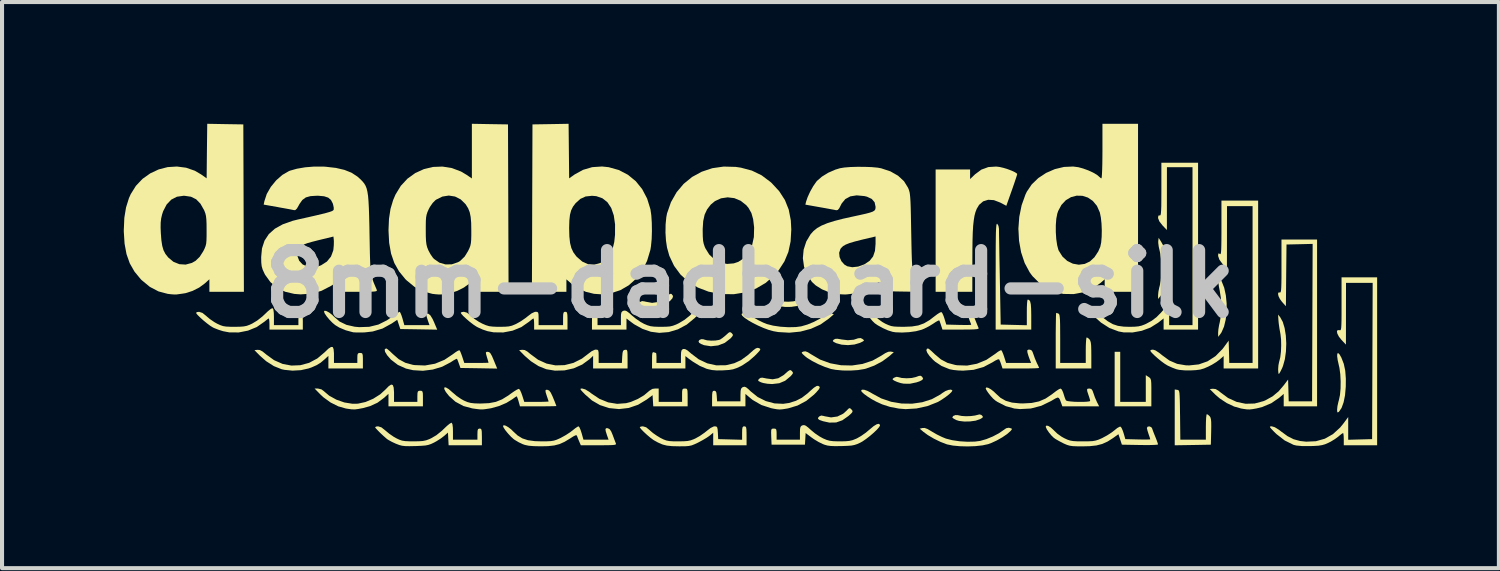
<source format=kicad_pcb>
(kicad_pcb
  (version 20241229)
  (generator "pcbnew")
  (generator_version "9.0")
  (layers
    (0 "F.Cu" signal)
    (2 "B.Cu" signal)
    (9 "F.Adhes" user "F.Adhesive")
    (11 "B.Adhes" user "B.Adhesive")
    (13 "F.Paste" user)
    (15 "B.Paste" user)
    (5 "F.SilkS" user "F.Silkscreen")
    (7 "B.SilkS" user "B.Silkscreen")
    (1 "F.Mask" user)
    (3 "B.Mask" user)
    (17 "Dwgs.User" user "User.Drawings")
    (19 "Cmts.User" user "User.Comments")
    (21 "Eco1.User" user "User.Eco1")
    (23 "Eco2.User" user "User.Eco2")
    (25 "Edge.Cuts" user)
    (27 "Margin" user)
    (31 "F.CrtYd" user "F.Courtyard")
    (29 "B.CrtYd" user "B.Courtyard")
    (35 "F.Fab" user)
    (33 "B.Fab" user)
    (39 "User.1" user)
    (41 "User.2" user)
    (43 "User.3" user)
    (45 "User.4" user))
  (footprint "8mm-dadboard-silk"
    (layer "F.Cu")
    (at 15.426 3.947)
    (property "Reference" "8mm-dadboard-silk" (at 0 0 0) (layer "Dwgs.User") (effects (font (size 1.524 1.524) (thickness 0.3))))
    (attr board_only exclude_from_pos_files exclude_from_bom)
    (fp_poly (pts (xy 9.124 2.904) (xy 9.754 2.904) (xy 9.754 2.246) (xy 9.823 2.29) (xy 9.852 2.311) (xy 9.871 2.336) (xy 9.883 2.376) (xy 9.889 2.44) (xy 9.891 2.539) (xy 9.891 2.675) (xy 9.891 3.014) (xy 8.987 3.014) (xy 8.987 1.671) (xy 9.124 1.671)) (stroke (width 0) (type solid)) (fill yes) (layer "F.SilkS"))
    (fp_poly (pts (xy -1.927 0.25) (xy -1.894 0.296) (xy -1.907 0.349) (xy -1.966 0.416) (xy -2.113 0.52) (xy -2.28 0.579) (xy -2.453 0.592) (xy -2.592 0.565) (xy -2.69 0.531) (xy -2.74 0.505) (xy -2.749 0.481) (xy -2.723 0.453) (xy -2.714 0.447) (xy -2.657 0.421) (xy -2.59 0.43) (xy -2.57 0.436) (xy -2.409 0.465) (xy -2.254 0.442) (xy -2.113 0.368) (xy -2.044 0.305) (xy -1.986 0.253) (xy -1.947 0.24)) (stroke (width 0) (type solid)) (fill yes) (layer "F.SilkS"))
    (fp_poly (pts (xy 2.773 1.354) (xy 2.806 1.38) (xy 2.807 1.4) (xy 2.769 1.423) (xy 2.711 1.451) (xy 2.576 1.491) (xy 2.418 1.506) (xy 2.262 1.495) (xy 2.129 1.459) (xy 2.127 1.458) (xy 2.063 1.426) (xy 2.042 1.404) (xy 2.057 1.38) (xy 2.066 1.372) (xy 2.103 1.352) (xy 2.156 1.349) (xy 2.24 1.363) (xy 2.26 1.367) (xy 2.413 1.385) (xy 2.559 1.373) (xy 2.665 1.338) (xy 2.729 1.332)) (stroke (width 0) (type solid)) (fill yes) (layer "F.SilkS"))
    (fp_poly (pts (xy 11.624 -0.064) (xy 11.686 0.093) (xy 11.726 0.277) (xy 11.746 0.478) (xy 11.745 0.682) (xy 11.723 0.877) (xy 11.681 1.051) (xy 11.62 1.191) (xy 11.591 1.233) (xy 11.537 1.302) (xy 11.536 1.2) (xy 11.543 1.115) (xy 11.561 1.008) (xy 11.577 0.941) (xy 11.607 0.763) (xy 11.616 0.557) (xy 11.604 0.345) (xy 11.575 0.164) (xy 11.554 0.054) (xy 11.542 -0.047) (xy 11.541 -0.115) (xy 11.55 -0.206)) (stroke (width 0) (type solid)) (fill yes) (layer "F.SilkS"))
    (fp_poly (pts (xy 1.28 0.396) (xy 1.305 0.417) (xy 1.329 0.448) (xy 1.319 0.472) (xy 1.267 0.504) (xy 1.257 0.509) (xy 1.152 0.544) (xy 1.016 0.564) (xy 0.874 0.566) (xy 0.748 0.55) (xy 0.704 0.537) (xy 0.619 0.502) (xy 0.581 0.475) (xy 0.585 0.448) (xy 0.613 0.424) (xy 0.679 0.401) (xy 0.731 0.413) (xy 0.824 0.432) (xy 0.944 0.437) (xy 1.068 0.428) (xy 1.169 0.406) (xy 1.17 0.405) (xy 1.237 0.387)) (stroke (width 0) (type solid)) (fill yes) (layer "F.SilkS"))
    (fp_poly (pts (xy 4.241 2.284) (xy 4.242 2.285) (xy 4.267 2.327) (xy 4.248 2.363) (xy 4.181 2.398) (xy 4.104 2.424) (xy 3.941 2.458) (xy 3.792 2.456) (xy 3.713 2.441) (xy 3.628 2.413) (xy 3.564 2.385) (xy 3.519 2.357) (xy 3.519 2.336) (xy 3.549 2.311) (xy 3.607 2.288) (xy 3.643 2.291) (xy 3.739 2.315) (xy 3.861 2.323) (xy 3.986 2.316) (xy 4.088 2.293) (xy 4.095 2.29) (xy 4.167 2.264) (xy 4.209 2.262)) (stroke (width 0) (type solid)) (fill yes) (layer "F.SilkS"))
    (fp_poly (pts (xy 2.487 3.075) (xy 2.503 3.092) (xy 2.527 3.123) (xy 2.527 3.151) (xy 2.498 3.189) (xy 2.433 3.248) (xy 2.428 3.252) (xy 2.278 3.358) (xy 2.125 3.412) (xy 1.958 3.415) (xy 1.802 3.381) (xy 1.715 3.35) (xy 1.677 3.321) (xy 1.685 3.288) (xy 1.712 3.261) (xy 1.758 3.241) (xy 1.826 3.253) (xy 1.839 3.258) (xy 2 3.287) (xy 2.157 3.265) (xy 2.299 3.195) (xy 2.379 3.124) (xy 2.429 3.072) (xy 2.46 3.058)) (stroke (width 0) (type solid)) (fill yes) (layer "F.SilkS"))
    (fp_poly (pts (xy 5.7 3.225) (xy 5.719 3.241) (xy 5.741 3.271) (xy 5.728 3.296) (xy 5.673 3.329) (xy 5.668 3.331) (xy 5.562 3.367) (xy 5.426 3.386) (xy 5.283 3.389) (xy 5.154 3.374) (xy 5.09 3.354) (xy 5.025 3.321) (xy 4.989 3.292) (xy 4.987 3.286) (xy 5.01 3.251) (xy 5.064 3.23) (xy 5.125 3.231) (xy 5.138 3.235) (xy 5.215 3.251) (xy 5.324 3.258) (xy 5.441 3.254) (xy 5.545 3.241) (xy 5.588 3.23) (xy 5.656 3.213)) (stroke (width 0) (type solid)) (fill yes) (layer "F.SilkS"))
    (fp_poly (pts (xy 10.132 -1.041) (xy 10.185 -0.946) (xy 10.222 -0.843) (xy 10.245 -0.722) (xy 10.258 -0.57) (xy 10.261 -0.384) (xy 10.255 -0.168) (xy 10.235 0.003) (xy 10.2 0.14) (xy 10.146 0.251) (xy 10.111 0.301) (xy 10.057 0.37) (xy 10.057 0.274) (xy 10.065 0.189) (xy 10.086 0.086) (xy 10.098 0.041) (xy 10.123 -0.083) (xy 10.137 -0.242) (xy 10.14 -0.417) (xy 10.132 -0.591) (xy 10.112 -0.744) (xy 10.096 -0.818) (xy 10.073 -0.919) (xy 10.061 -1.011) (xy 10.061 -1.057) (xy 10.071 -1.137)) (stroke (width 0) (type solid)) (fill yes) (layer "F.SilkS"))
    (fp_poly (pts (xy -0.462 1.199) (xy -0.446 1.213) (xy -0.42 1.246) (xy -0.423 1.276) (xy -0.46 1.322) (xy -0.479 1.342) (xy -0.618 1.45) (xy -0.783 1.514) (xy -0.961 1.534) (xy -1.132 1.507) (xy -1.203 1.478) (xy -1.249 1.45) (xy -1.266 1.414) (xy -1.245 1.38) (xy -1.198 1.359) (xy -1.143 1.362) (xy -1.126 1.369) (xy -1.055 1.388) (xy -0.955 1.396) (xy -0.849 1.393) (xy -0.76 1.378) (xy -0.731 1.367) (xy -0.674 1.329) (xy -0.603 1.271) (xy -0.582 1.252) (xy -0.525 1.201) (xy -0.491 1.185)) (stroke (width 0) (type solid)) (fill yes) (layer "F.SilkS"))
    (fp_poly (pts (xy 1.008 2.124) (xy 1.034 2.146) (xy 1.059 2.178) (xy 1.056 2.209) (xy 1.019 2.255) (xy 0.999 2.276) (xy 0.869 2.384) (xy 0.724 2.445) (xy 0.551 2.465) (xy 0.542 2.465) (xy 0.433 2.458) (xy 0.33 2.44) (xy 0.276 2.423) (xy 0.217 2.394) (xy 0.201 2.371) (xy 0.222 2.342) (xy 0.226 2.338) (xy 0.261 2.313) (xy 0.306 2.308) (xy 0.381 2.322) (xy 0.4 2.327) (xy 0.56 2.348) (xy 0.699 2.322) (xy 0.827 2.247) (xy 0.868 2.212) (xy 0.937 2.151) (xy 0.979 2.124)) (stroke (width 0) (type solid)) (fill yes) (layer "F.SilkS"))
    (fp_poly (pts (xy 10.529 2.608) (xy 10.549 2.612) (xy 10.564 2.622) (xy 10.575 2.645) (xy 10.583 2.688) (xy 10.588 2.757) (xy 10.592 2.859) (xy 10.595 3.002) (xy 10.597 3.191) (xy 10.598 3.226) (xy 10.605 3.836) (xy 11.234 3.836) (xy 11.234 3.521) (xy 11.236 3.397) (xy 11.241 3.296) (xy 11.249 3.229) (xy 11.257 3.206) (xy 11.291 3.224) (xy 11.327 3.257) (xy 11.347 3.287) (xy 11.359 3.332) (xy 11.366 3.402) (xy 11.367 3.507) (xy 11.365 3.634) (xy 11.357 3.959) (xy 10.912 3.967) (xy 10.467 3.974) (xy 10.467 2.599)) (stroke (width 0) (type solid)) (fill yes) (layer "F.SilkS"))
    (fp_poly (pts (xy 13.066 0.82) (xy 13.129 0.934) (xy 13.175 1.088) (xy 13.204 1.269) (xy 13.215 1.465) (xy 13.207 1.664) (xy 13.181 1.852) (xy 13.135 2.018) (xy 13.114 2.071) (xy 13.075 2.15) (xy 13.044 2.204) (xy 13.03 2.219) (xy 13.021 2.195) (xy 13.016 2.133) (xy 13.015 2.098) (xy 13.022 2.002) (xy 13.039 1.917) (xy 13.044 1.9) (xy 13.068 1.802) (xy 13.084 1.668) (xy 13.09 1.518) (xy 13.087 1.369) (xy 13.073 1.241) (xy 13.069 1.219) (xy 13.047 1.097) (xy 13.029 0.968) (xy 13.023 0.904) (xy 13.013 0.754)) (stroke (width 0) (type solid)) (fill yes) (layer "F.SilkS"))
    (fp_poly (pts (xy 14.523 1.728) (xy 14.568 1.805) (xy 14.573 1.815) (xy 14.632 1.967) (xy 14.668 2.135) (xy 14.683 2.334) (xy 14.681 2.532) (xy 14.663 2.742) (xy 14.627 2.918) (xy 14.577 3.055) (xy 14.514 3.146) (xy 14.505 3.154) (xy 14.48 3.166) (xy 14.469 3.138) (xy 14.468 3.093) (xy 14.476 3.011) (xy 14.498 2.909) (xy 14.511 2.863) (xy 14.538 2.738) (xy 14.553 2.577) (xy 14.555 2.399) (xy 14.546 2.223) (xy 14.525 2.067) (xy 14.512 2.01) (xy 14.482 1.877) (xy 14.469 1.779) (xy 14.472 1.719) (xy 14.491 1.701)) (stroke (width 0) (type solid)) (fill yes) (layer "F.SilkS"))
    (fp_poly (pts (xy 7.579 0.721) (xy 7.601 0.729) (xy 7.616 0.74) (xy 7.627 0.767) (xy 7.634 0.815) (xy 7.64 0.891) (xy 7.643 1.002) (xy 7.644 1.155) (xy 7.645 1.346) (xy 7.645 1.945) (xy 8.275 1.945) (xy 8.275 1.63) (xy 8.277 1.506) (xy 8.282 1.405) (xy 8.289 1.338) (xy 8.298 1.315) (xy 8.332 1.333) (xy 8.367 1.365) (xy 8.386 1.397) (xy 8.4 1.447) (xy 8.408 1.525) (xy 8.411 1.641) (xy 8.412 1.749) (xy 8.412 2.082) (xy 7.535 2.082) (xy 7.535 1.397) (xy 7.535 1.21) (xy 7.537 1.042) (xy 7.539 0.902) (xy 7.541 0.795) (xy 7.544 0.73) (xy 7.547 0.712)) (stroke (width 0) (type solid)) (fill yes) (layer "F.SilkS"))
    (fp_poly (pts (xy 1.427 1.681) (xy 1.498 1.726) (xy 1.729 1.862) (xy 1.982 1.954) (xy 2.247 2.002) (xy 2.514 2.008) (xy 2.776 1.969) (xy 3.023 1.887) (xy 3.235 1.768) (xy 3.337 1.703) (xy 3.41 1.67) (xy 3.467 1.665) (xy 3.474 1.666) (xy 3.546 1.68) (xy 3.433 1.78) (xy 3.263 1.905) (xy 3.063 2.011) (xy 2.857 2.086) (xy 2.82 2.095) (xy 2.662 2.121) (xy 2.478 2.133) (xy 2.288 2.131) (xy 2.114 2.115) (xy 2 2.094) (xy 1.849 2.044) (xy 1.688 1.976) (xy 1.536 1.898) (xy 1.41 1.82) (xy 1.359 1.78) (xy 1.299 1.725) (xy 1.276 1.695) (xy 1.287 1.678) (xy 1.318 1.665) (xy 1.368 1.659)) (stroke (width 0) (type solid)) (fill yes) (layer "F.SilkS"))
    (fp_poly (pts (xy -0.084 0.729) (xy 0.027 0.786) (xy 0.082 0.82) (xy 0.198 0.887) (xy 0.327 0.95) (xy 0.419 0.987) (xy 0.572 1.026) (xy 0.756 1.053) (xy 0.95 1.065) (xy 1.133 1.061) (xy 1.262 1.044) (xy 1.415 1) (xy 1.576 0.934) (xy 1.724 0.856) (xy 1.829 0.782) (xy 1.9 0.733) (xy 1.959 0.72) (xy 1.994 0.726) (xy 2.069 0.745) (xy 1.945 0.853) (xy 1.741 0.997) (xy 1.504 1.104) (xy 1.245 1.173) (xy 0.972 1.2) (xy 0.697 1.184) (xy 0.579 1.163) (xy 0.463 1.131) (xy 0.334 1.083) (xy 0.202 1.025) (xy 0.074 0.961) (xy -0.039 0.896) (xy -0.129 0.835) (xy -0.188 0.783) (xy -0.206 0.744) (xy -0.204 0.737) (xy -0.161 0.713)) (stroke (width 0) (type solid)) (fill yes) (layer "F.SilkS"))
    (fp_poly (pts (xy 4.985 2.618) (xy 4.987 2.629) (xy 4.965 2.664) (xy 4.908 2.718) (xy 4.827 2.781) (xy 4.734 2.845) (xy 4.642 2.901) (xy 4.617 2.913) (xy 4.372 3.009) (xy 4.105 3.067) (xy 3.837 3.083) (xy 3.672 3.07) (xy 3.452 3.028) (xy 3.257 2.965) (xy 3.111 2.898) (xy 3.001 2.838) (xy 2.898 2.772) (xy 2.813 2.71) (xy 2.757 2.658) (xy 2.74 2.628) (xy 2.761 2.604) (xy 2.817 2.606) (xy 2.896 2.633) (xy 2.986 2.681) (xy 3.011 2.697) (xy 3.236 2.819) (xy 3.481 2.902) (xy 3.738 2.945) (xy 3.997 2.949) (xy 4.248 2.913) (xy 4.483 2.838) (xy 4.691 2.724) (xy 4.745 2.684) (xy 4.818 2.638) (xy 4.891 2.61) (xy 4.952 2.602)) (stroke (width 0) (type solid)) (fill yes) (layer "F.SilkS"))
    (fp_poly (pts (xy 6.154 -2.883) (xy 6.248 -2.861) (xy 6.352 -2.829) (xy 6.452 -2.791) (xy 6.532 -2.753) (xy 6.579 -2.721) (xy 6.586 -2.711) (xy 6.579 -2.681) (xy 6.556 -2.609) (xy 6.521 -2.504) (xy 6.477 -2.376) (xy 6.454 -2.311) (xy 6.318 -1.927) (xy 6.166 -2.007) (xy 6.012 -2.066) (xy 5.871 -2.075) (xy 5.747 -2.036) (xy 5.647 -1.95) (xy 5.588 -1.851) (xy 5.558 -1.773) (xy 5.534 -1.683) (xy 5.516 -1.573) (xy 5.501 -1.438) (xy 5.491 -1.271) (xy 5.485 -1.067) (xy 5.482 -0.82) (xy 5.481 -0.582) (xy 5.48 0.192) (xy 4.576 0.192) (xy 4.576 -2.822) (xy 5.425 -2.822) (xy 5.425 -2.585) (xy 5.548 -2.703) (xy 5.703 -2.818) (xy 5.876 -2.881) (xy 6.068 -2.893)) (stroke (width 0) (type solid)) (fill yes) (layer "F.SilkS"))
    (fp_poly (pts (xy 6.096 -1.48) (xy 6.125 -1.43) (xy 6.137 -1.36) (xy 6.137 -1.315) (xy 6.138 -1.221) (xy 6.141 -1.084) (xy 6.144 -0.912) (xy 6.147 -0.71) (xy 6.151 -0.485) (xy 6.156 -0.243) (xy 6.158 -0.137) (xy 6.179 1) (xy 6.501 1.008) (xy 6.823 1.016) (xy 6.823 0.7) (xy 6.824 0.575) (xy 6.829 0.474) (xy 6.836 0.407) (xy 6.845 0.384) (xy 6.88 0.394) (xy 6.905 0.431) (xy 6.921 0.5) (xy 6.929 0.609) (xy 6.932 0.765) (xy 6.932 0.786) (xy 6.932 1.123) (xy 6.055 1.123) (xy 6.055 -0.195) (xy 6.056 -0.5) (xy 6.056 -0.754) (xy 6.057 -0.962) (xy 6.059 -1.128) (xy 6.061 -1.257) (xy 6.065 -1.352) (xy 6.07 -1.417) (xy 6.075 -1.458) (xy 6.082 -1.479) (xy 6.091 -1.483)) (stroke (width 0) (type solid)) (fill yes) (layer "F.SilkS"))
    (fp_poly (pts (xy 6.402 3.547) (xy 6.45 3.562) (xy 6.453 3.584) (xy 6.422 3.622) (xy 6.339 3.696) (xy 6.222 3.776) (xy 6.087 3.853) (xy 5.951 3.916) (xy 5.87 3.946) (xy 5.731 3.976) (xy 5.557 3.995) (xy 5.367 4.002) (xy 5.176 3.997) (xy 5.002 3.981) (xy 4.863 3.953) (xy 4.849 3.949) (xy 4.696 3.89) (xy 4.534 3.811) (xy 4.385 3.723) (xy 4.277 3.644) (xy 4.184 3.565) (xy 4.253 3.548) (xy 4.306 3.547) (xy 4.375 3.572) (xy 4.471 3.628) (xy 4.49 3.64) (xy 4.606 3.707) (xy 4.735 3.77) (xy 4.83 3.809) (xy 4.983 3.848) (xy 5.167 3.875) (xy 5.362 3.887) (xy 5.544 3.883) (xy 5.674 3.866) (xy 5.826 3.822) (xy 5.987 3.756) (xy 6.135 3.678) (xy 6.241 3.605) (xy 6.314 3.554) (xy 6.375 3.542)) (stroke (width 0) (type solid)) (fill yes) (layer "F.SilkS"))
    (fp_poly (pts (xy -3.758 1.62) (xy -3.737 1.638) (xy -3.728 1.684) (xy -3.726 1.77) (xy -3.726 1.781) (xy -3.726 1.945) (xy -3.154 1.945) (xy -3.146 1.788) (xy -3.138 1.698) (xy -3.125 1.649) (xy -3.1 1.627) (xy -3.076 1.622) (xy -3.046 1.62) (xy -3.028 1.633) (xy -3.018 1.67) (xy -3.015 1.742) (xy -3.014 1.848) (xy -3.014 2.082) (xy -3.863 2.082) (xy -3.863 1.77) (xy -3.952 1.854) (xy -4.132 1.985) (xy -4.341 2.078) (xy -4.568 2.129) (xy -4.803 2.135) (xy -5.016 2.1) (xy -5.206 2.024) (xy -5.395 1.903) (xy -5.548 1.77) (xy -5.686 1.63) (xy -5.609 1.621) (xy -5.549 1.627) (xy -5.484 1.663) (xy -5.412 1.723) (xy -5.219 1.866) (xy -5.009 1.961) (xy -4.789 2.005) (xy -4.567 1.999) (xy -4.348 1.944) (xy -4.139 1.839) (xy -3.996 1.73) (xy -3.9 1.657) (xy -3.821 1.62) (xy -3.798 1.617)) (stroke (width 0) (type solid)) (fill yes) (layer "F.SilkS"))
    (fp_poly (pts (xy -2.247 2.904) (xy -1.671 2.904) (xy -1.671 2.74) (xy -1.67 2.649) (xy -1.662 2.6) (xy -1.642 2.58) (xy -1.605 2.576) (xy -1.603 2.576) (xy -1.569 2.578) (xy -1.549 2.592) (xy -1.538 2.63) (xy -1.535 2.702) (xy -1.534 2.795) (xy -1.534 3.014) (xy -2.381 3.014) (xy -2.398 2.739) (xy -2.542 2.847) (xy -2.754 2.975) (xy -2.984 3.054) (xy -3.224 3.082) (xy -3.464 3.058) (xy -3.473 3.056) (xy -3.693 2.984) (xy -3.889 2.871) (xy -4.058 2.724) (xy -4.131 2.649) (xy -4.169 2.605) (xy -4.175 2.583) (xy -4.155 2.576) (xy -4.129 2.576) (xy -4.056 2.597) (xy -3.958 2.656) (xy -3.911 2.693) (xy -3.706 2.83) (xy -3.491 2.917) (xy -3.271 2.953) (xy -3.052 2.937) (xy -2.934 2.906) (xy -2.762 2.833) (xy -2.607 2.741) (xy -2.489 2.641) (xy -2.482 2.634) (xy -2.403 2.585) (xy -2.338 2.576) (xy -2.247 2.576)) (stroke (width 0) (type solid)) (fill yes) (layer "F.SilkS"))
    (fp_poly (pts (xy -10.279 1.553) (xy -10.257 1.604) (xy -10.248 1.705) (xy -10.248 1.753) (xy -10.248 1.945) (xy -9.672 1.945) (xy -9.672 1.822) (xy -9.669 1.746) (xy -9.655 1.71) (xy -9.622 1.699) (xy -9.604 1.699) (xy -9.568 1.702) (xy -9.548 1.718) (xy -9.538 1.76) (xy -9.535 1.839) (xy -9.535 1.891) (xy -9.535 2.082) (xy -10.385 2.082) (xy -10.385 1.77) (xy -10.474 1.853) (xy -10.576 1.939) (xy -10.679 2.002) (xy -10.804 2.057) (xy -10.874 2.081) (xy -11.061 2.123) (xy -11.268 2.135) (xy -11.468 2.115) (xy -11.537 2.1) (xy -11.727 2.024) (xy -11.917 1.903) (xy -12.069 1.77) (xy -12.207 1.63) (xy -12.131 1.622) (xy -12.074 1.627) (xy -12.011 1.66) (xy -11.926 1.728) (xy -11.919 1.735) (xy -11.723 1.877) (xy -11.513 1.969) (xy -11.296 2.01) (xy -11.076 2.001) (xy -10.861 1.943) (xy -10.658 1.835) (xy -10.478 1.683) (xy -10.385 1.594) (xy -10.32 1.551)) (stroke (width 0) (type solid)) (fill yes) (layer "F.SilkS"))
    (fp_poly (pts (xy -8.799 2.489) (xy -8.777 2.55) (xy -8.768 2.663) (xy -8.768 2.702) (xy -8.768 2.904) (xy -8.193 2.904) (xy -8.193 2.767) (xy -8.19 2.686) (xy -8.179 2.646) (xy -8.152 2.632) (xy -8.124 2.63) (xy -8.088 2.633) (xy -8.068 2.65) (xy -8.058 2.692) (xy -8.056 2.771) (xy -8.056 2.822) (xy -8.056 3.014) (xy -8.905 3.014) (xy -8.905 2.706) (xy -9.013 2.804) (xy -9.175 2.925) (xy -9.358 3.009) (xy -9.531 3.057) (xy -9.646 3.079) (xy -9.731 3.09) (xy -9.811 3.088) (xy -9.909 3.075) (xy -9.957 3.067) (xy -10.142 3.014) (xy -10.33 2.92) (xy -10.504 2.794) (xy -10.576 2.728) (xy -10.725 2.576) (xy -10.641 2.576) (xy -10.557 2.596) (xy -10.508 2.631) (xy -10.365 2.752) (xy -10.188 2.85) (xy -9.991 2.919) (xy -9.791 2.951) (xy -9.659 2.949) (xy -9.472 2.908) (xy -9.282 2.828) (xy -9.109 2.719) (xy -8.98 2.601) (xy -8.897 2.516) (xy -8.838 2.478)) (stroke (width 0) (type solid)) (fill yes) (layer "F.SilkS"))
    (fp_poly (pts (xy -10.429 0.669) (xy -10.363 0.705) (xy -10.291 0.762) (xy -10.247 0.806) (xy -10.107 0.926) (xy -9.939 1.007) (xy -9.737 1.053) (xy -9.626 1.063) (xy -9.379 1.055) (xy -9.154 1) (xy -8.941 0.894) (xy -8.836 0.821) (xy -8.75 0.758) (xy -8.679 0.711) (xy -8.637 0.687) (xy -8.631 0.685) (xy -8.611 0.709) (xy -8.585 0.772) (xy -8.56 0.849) (xy -8.514 1.014) (xy -7.894 1.014) (xy -7.934 0.901) (xy -7.965 0.803) (xy -7.972 0.747) (xy -7.954 0.728) (xy -7.916 0.735) (xy -7.87 0.776) (xy -7.817 0.864) (xy -7.782 0.941) (xy -7.704 1.125) (xy -8.158 1.117) (xy -8.613 1.11) (xy -8.651 0.996) (xy -8.689 0.882) (xy -8.824 0.973) (xy -9.052 1.098) (xy -9.293 1.17) (xy -9.494 1.193) (xy -9.608 1.195) (xy -9.708 1.194) (xy -9.775 1.19) (xy -9.782 1.188) (xy -9.956 1.141) (xy -10.118 1.073) (xy -10.218 1.012) (xy -10.289 0.952) (xy -10.363 0.875) (xy -10.43 0.794) (xy -10.477 0.724) (xy -10.494 0.678) (xy -10.476 0.658)) (stroke (width 0) (type solid)) (fill yes) (layer "F.SilkS"))
    (fp_poly (pts (xy 1.715 2.529) (xy 1.72 2.558) (xy 1.693 2.603) (xy 1.632 2.673) (xy 1.576 2.729) (xy 1.389 2.88) (xy 1.173 2.995) (xy 0.943 3.064) (xy 0.915 3.069) (xy 0.81 3.086) (xy 0.736 3.092) (xy 0.668 3.087) (xy 0.582 3.072) (xy 0.521 3.059) (xy 0.282 2.981) (xy 0.068 2.857) (xy 0.005 2.806) (xy -0.11 2.708) (xy -0.11 3.014) (xy -0.932 3.014) (xy -0.932 2.822) (xy -0.93 2.721) (xy -0.923 2.663) (xy -0.908 2.637) (xy -0.881 2.63) (xy -0.878 2.63) (xy -0.845 2.64) (xy -0.826 2.677) (xy -0.817 2.754) (xy -0.817 2.761) (xy -0.808 2.891) (xy -0.233 2.891) (xy -0.232 2.729) (xy -0.229 2.635) (xy -0.217 2.581) (xy -0.192 2.551) (xy -0.172 2.54) (xy -0.134 2.531) (xy -0.094 2.545) (xy -0.04 2.588) (xy 0.019 2.645) (xy 0.193 2.785) (xy 0.393 2.885) (xy 0.606 2.942) (xy 0.821 2.952) (xy 0.962 2.932) (xy 1.132 2.879) (xy 1.279 2.804) (xy 1.423 2.694) (xy 1.481 2.64) (xy 1.578 2.555) (xy 1.645 2.513) (xy 1.681 2.509)) (stroke (width 0) (type solid)) (fill yes) (layer "F.SilkS"))
    (fp_poly (pts (xy 13.974 3.014) (xy 13.152 3.014) (xy 13.152 2.708) (xy 13.037 2.807) (xy 12.845 2.938) (xy 12.623 3.031) (xy 12.483 3.066) (xy 12.384 3.083) (xy 12.312 3.091) (xy 12.244 3.089) (xy 12.156 3.077) (xy 12.1 3.067) (xy 11.928 3.018) (xy 11.748 2.933) (xy 11.578 2.821) (xy 11.474 2.732) (xy 11.33 2.589) (xy 11.407 2.581) (xy 11.476 2.589) (xy 11.551 2.634) (xy 11.585 2.663) (xy 11.782 2.809) (xy 11.993 2.905) (xy 12.213 2.951) (xy 12.435 2.945) (xy 12.654 2.886) (xy 12.704 2.865) (xy 12.878 2.768) (xy 13.026 2.645) (xy 13.153 2.496) (xy 13.26 2.354) (xy 13.268 2.622) (xy 13.275 2.891) (xy 13.851 2.891) (xy 13.858 0.951) (xy 13.865 -0.988) (xy 13.543 -0.98) (xy 13.221 -0.973) (xy 13.213 -0.213) (xy 13.206 0.547) (xy 13.111 0.442) (xy 13.058 0.37) (xy 13.024 0.3) (xy 13.012 0.243) (xy 13.023 0.209) (xy 13.056 0.209) (xy 13.069 0.209) (xy 13.079 0.191) (xy 13.087 0.151) (xy 13.092 0.082) (xy 13.095 -0.021) (xy 13.097 -0.166) (xy 13.097 -0.357) (xy 13.097 -0.435) (xy 13.097 -1.096) (xy 13.974 -1.096)) (stroke (width 0) (type solid)) (fill yes) (layer "F.SilkS"))
    (fp_poly (pts (xy -8.926 1.608) (xy -8.87 1.656) (xy -8.801 1.722) (xy -8.65 1.854) (xy -8.489 1.941) (xy -8.302 1.992) (xy -8.262 1.998) (xy -8.006 2.008) (xy -7.758 1.964) (xy -7.525 1.868) (xy -7.32 1.731) (xy -7.244 1.675) (xy -7.185 1.64) (xy -7.153 1.634) (xy -7.152 1.635) (xy -7.132 1.672) (xy -7.104 1.744) (xy -7.084 1.802) (xy -7.037 1.945) (xy -6.738 1.945) (xy -6.618 1.945) (xy -6.52 1.943) (xy -6.457 1.941) (xy -6.439 1.939) (xy -6.447 1.911) (xy -6.465 1.847) (xy -6.479 1.802) (xy -6.501 1.724) (xy -6.505 1.686) (xy -6.488 1.673) (xy -6.457 1.671) (xy -6.422 1.68) (xy -6.39 1.712) (xy -6.354 1.777) (xy -6.311 1.878) (xy -6.226 2.084) (xy -6.679 2.076) (xy -7.132 2.069) (xy -7.17 1.961) (xy -7.195 1.892) (xy -7.214 1.848) (xy -7.218 1.842) (xy -7.244 1.851) (xy -7.303 1.883) (xy -7.375 1.93) (xy -7.581 2.038) (xy -7.813 2.108) (xy -8.057 2.138) (xy -8.298 2.124) (xy -8.472 2.084) (xy -8.673 1.994) (xy -8.845 1.862) (xy -8.937 1.756) (xy -8.988 1.673) (xy -8.999 1.616) (xy -8.97 1.59) (xy -8.957 1.589)) (stroke (width 0) (type solid)) (fill yes) (layer "F.SilkS"))
    (fp_poly (pts (xy -1.261 0.622) (xy -1.216 0.644) (xy -1.206 0.661) (xy -1.224 0.69) (xy -1.272 0.747) (xy -1.341 0.82) (xy -1.364 0.843) (xy -1.558 1.002) (xy -1.773 1.117) (xy -2 1.185) (xy -2.233 1.204) (xy -2.439 1.177) (xy -2.648 1.105) (xy -2.849 0.994) (xy -2.911 0.949) (xy -3.041 0.85) (xy -3.041 1.123) (xy -3.891 1.123) (xy -3.891 0.932) (xy -3.89 0.831) (xy -3.884 0.774) (xy -3.869 0.748) (xy -3.841 0.74) (xy -3.822 0.74) (xy -3.782 0.744) (xy -3.761 0.767) (xy -3.754 0.822) (xy -3.754 0.877) (xy -3.754 1.014) (xy -3.178 1.014) (xy -3.178 0.849) (xy -3.176 0.755) (xy -3.166 0.701) (xy -3.143 0.673) (xy -3.117 0.66) (xy -3.077 0.654) (xy -3.034 0.67) (xy -2.974 0.715) (xy -2.911 0.772) (xy -2.81 0.855) (xy -2.695 0.934) (xy -2.61 0.981) (xy -2.525 1.017) (xy -2.447 1.04) (xy -2.358 1.051) (xy -2.239 1.055) (xy -2.191 1.055) (xy -2.063 1.053) (xy -1.971 1.046) (xy -1.895 1.028) (xy -1.816 0.998) (xy -1.75 0.966) (xy -1.608 0.881) (xy -1.479 0.777) (xy -1.444 0.742) (xy -1.365 0.665) (xy -1.307 0.627) (xy -1.263 0.622)) (stroke (width 0) (type solid)) (fill yes) (layer "F.SilkS"))
    (fp_poly (pts (xy 11.042 1.123) (xy 10.193 1.123) (xy 10.193 0.848) (xy 10.056 0.956) (xy 9.869 1.073) (xy 9.655 1.153) (xy 9.43 1.194) (xy 9.207 1.192) (xy 9.083 1.169) (xy 8.86 1.085) (xy 8.651 0.951) (xy 8.519 0.833) (xy 8.446 0.758) (xy 8.408 0.714) (xy 8.401 0.693) (xy 8.421 0.686) (xy 8.447 0.685) (xy 8.521 0.706) (xy 8.622 0.769) (xy 8.679 0.813) (xy 8.819 0.919) (xy 8.943 0.99) (xy 9.067 1.031) (xy 9.211 1.051) (xy 9.343 1.055) (xy 9.475 1.053) (xy 9.571 1.044) (xy 9.65 1.026) (xy 9.732 0.995) (xy 9.768 0.978) (xy 9.9 0.906) (xy 10.017 0.818) (xy 10.134 0.7) (xy 10.224 0.593) (xy 10.33 0.461) (xy 10.33 1.014) (xy 10.905 1.014) (xy 10.905 -2.877) (xy 10.275 -2.877) (xy 10.274 -2.103) (xy 10.274 -1.329) (xy 10.165 -1.444) (xy 10.089 -1.541) (xy 10.057 -1.621) (xy 10.056 -1.632) (xy 10.064 -1.684) (xy 10.093 -1.69) (xy 10.097 -1.689) (xy 10.11 -1.69) (xy 10.12 -1.707) (xy 10.127 -1.747) (xy 10.132 -1.816) (xy 10.136 -1.92) (xy 10.137 -2.065) (xy 10.138 -2.256) (xy 10.138 -2.33) (xy 10.138 -2.987) (xy 11.042 -2.987)) (stroke (width 0) (type solid)) (fill yes) (layer "F.SilkS"))
    (fp_poly (pts (xy 0.222 1.579) (xy 0.225 1.58) (xy 0.251 1.596) (xy 0.256 1.616) (xy 0.236 1.649) (xy 0.184 1.706) (xy 0.118 1.773) (xy -0.027 1.899) (xy -0.182 2.002) (xy -0.23 2.028) (xy -0.329 2.073) (xy -0.416 2.102) (xy -0.511 2.118) (xy -0.637 2.126) (xy -0.665 2.128) (xy -0.817 2.13) (xy -0.934 2.12) (xy -1.037 2.097) (xy -1.069 2.088) (xy -1.235 2.017) (xy -1.409 1.911) (xy -1.514 1.835) (xy -1.589 1.776) (xy -1.589 2.082) (xy -2.411 2.082) (xy -2.411 1.874) (xy -2.41 1.768) (xy -2.404 1.707) (xy -2.391 1.682) (xy -2.37 1.681) (xy -2.368 1.682) (xy -2.324 1.697) (xy -2.313 1.699) (xy -2.306 1.723) (xy -2.302 1.785) (xy -2.302 1.822) (xy -2.302 1.945) (xy -1.699 1.945) (xy -1.699 1.783) (xy -1.696 1.69) (xy -1.685 1.637) (xy -1.662 1.611) (xy -1.642 1.602) (xy -1.599 1.603) (xy -1.543 1.633) (xy -1.464 1.699) (xy -1.45 1.712) (xy -1.26 1.856) (xy -1.05 1.955) (xy -0.829 2.004) (xy -0.605 2.002) (xy -0.575 1.998) (xy -0.385 1.952) (xy -0.218 1.875) (xy -0.056 1.757) (xy 0.004 1.704) (xy 0.089 1.629) (xy 0.146 1.587) (xy 0.187 1.573)) (stroke (width 0) (type solid)) (fill yes) (layer "F.SilkS"))
    (fp_poly (pts (xy 12.522 2.082) (xy 11.672 2.082) (xy 11.672 1.775) (xy 11.571 1.864) (xy 11.492 1.923) (xy 11.386 1.988) (xy 11.29 2.037) (xy 11.188 2.081) (xy 11.096 2.108) (xy 10.993 2.122) (xy 10.864 2.129) (xy 10.709 2.128) (xy 10.58 2.116) (xy 10.508 2.1) (xy 10.41 2.063) (xy 10.306 2.016) (xy 10.286 2.006) (xy 10.218 1.964) (xy 10.135 1.903) (xy 10.047 1.831) (xy 9.966 1.759) (xy 9.902 1.696) (xy 9.867 1.651) (xy 9.864 1.641) (xy 9.887 1.623) (xy 9.931 1.617) (xy 9.992 1.636) (xy 10.078 1.692) (xy 10.154 1.753) (xy 10.335 1.885) (xy 10.525 1.967) (xy 10.736 2.003) (xy 10.823 2.006) (xy 11.06 1.981) (xy 11.276 1.905) (xy 11.471 1.778) (xy 11.644 1.602) (xy 11.686 1.546) (xy 11.796 1.395) (xy 11.804 1.67) (xy 11.811 1.945) (xy 12.385 1.945) (xy 12.385 -1.918) (xy 11.755 -1.918) (xy 11.753 -0.37) (xy 11.645 -0.493) (xy 11.567 -0.6) (xy 11.537 -0.687) (xy 11.536 -0.695) (xy 11.54 -0.747) (xy 11.557 -0.754) (xy 11.577 -0.74) (xy 11.589 -0.734) (xy 11.599 -0.745) (xy 11.607 -0.779) (xy 11.612 -0.841) (xy 11.615 -0.938) (xy 11.617 -1.074) (xy 11.618 -1.256) (xy 11.618 -1.38) (xy 11.618 -2.055) (xy 12.522 -2.055)) (stroke (width 0) (type solid)) (fill yes) (layer "F.SilkS"))
    (fp_poly (pts (xy -11.762 0.596) (xy -11.741 0.628) (xy -11.73 0.711) (xy -11.727 0.811) (xy -11.727 1.014) (xy -11.124 1.014) (xy -11.124 0.877) (xy -11.122 0.795) (xy -11.109 0.754) (xy -11.082 0.74) (xy -11.07 0.74) (xy -11.041 0.745) (xy -11.024 0.768) (xy -11.017 0.822) (xy -11.015 0.916) (xy -11.015 0.932) (xy -11.015 1.123) (xy -11.837 1.123) (xy -11.837 0.986) (xy -11.84 0.908) (xy -11.848 0.859) (xy -11.854 0.849) (xy -11.883 0.866) (xy -11.936 0.908) (xy -11.964 0.931) (xy -12.151 1.061) (xy -12.366 1.149) (xy -12.595 1.194) (xy -12.828 1.192) (xy -12.981 1.163) (xy -13.088 1.129) (xy -13.193 1.088) (xy -13.231 1.07) (xy -13.296 1.03) (xy -13.377 0.969) (xy -13.464 0.898) (xy -13.544 0.826) (xy -13.607 0.764) (xy -13.642 0.72) (xy -13.645 0.71) (xy -13.622 0.692) (xy -13.57 0.686) (xy -13.487 0.713) (xy -13.389 0.792) (xy -13.389 0.793) (xy -13.302 0.866) (xy -13.195 0.939) (xy -13.128 0.977) (xy -13.05 1.013) (xy -12.981 1.037) (xy -12.904 1.049) (xy -12.802 1.054) (xy -12.7 1.055) (xy -12.568 1.053) (xy -12.473 1.046) (xy -12.397 1.031) (xy -12.324 1.004) (xy -12.262 0.975) (xy -12.139 0.901) (xy -12.012 0.801) (xy -11.946 0.739) (xy -11.872 0.668) (xy -11.808 0.617) (xy -11.767 0.595)) (stroke (width 0) (type solid)) (fill yes) (layer "F.SilkS"))
    (fp_poly (pts (xy -4.521 0.69) (xy -4.505 0.711) (xy -4.497 0.759) (xy -4.494 0.846) (xy -4.494 0.904) (xy -4.494 1.123) (xy -5.316 1.123) (xy -5.316 0.986) (xy -5.319 0.908) (xy -5.326 0.859) (xy -5.333 0.849) (xy -5.362 0.866) (xy -5.415 0.908) (xy -5.443 0.931) (xy -5.631 1.062) (xy -5.846 1.15) (xy -6.077 1.194) (xy -6.312 1.191) (xy -6.466 1.162) (xy -6.579 1.124) (xy -6.694 1.073) (xy -6.739 1.049) (xy -6.816 0.998) (xy -6.902 0.932) (xy -6.987 0.859) (xy -7.06 0.791) (xy -7.109 0.737) (xy -7.124 0.709) (xy -7.1 0.692) (xy -7.047 0.685) (xy -6.972 0.706) (xy -6.886 0.772) (xy -6.866 0.792) (xy -6.782 0.863) (xy -6.674 0.934) (xy -6.593 0.977) (xy -6.504 1.015) (xy -6.425 1.039) (xy -6.337 1.05) (xy -6.221 1.055) (xy -6.165 1.055) (xy -6.034 1.053) (xy -5.94 1.045) (xy -5.863 1.027) (xy -5.787 0.996) (xy -5.751 0.979) (xy -5.64 0.916) (xy -5.527 0.838) (xy -5.472 0.794) (xy -5.379 0.724) (xy -5.301 0.688) (xy -5.277 0.685) (xy -5.238 0.688) (xy -5.217 0.706) (xy -5.208 0.752) (xy -5.206 0.839) (xy -5.206 0.849) (xy -5.206 1.014) (xy -4.603 1.014) (xy -4.603 0.849) (xy -4.601 0.758) (xy -4.592 0.708) (xy -4.573 0.688) (xy -4.548 0.685)) (stroke (width 0) (type solid)) (fill yes) (layer "F.SilkS"))
    (fp_poly (pts (xy 4.42 1.607) (xy 4.476 1.655) (xy 4.547 1.722) (xy 4.555 1.73) (xy 4.707 1.858) (xy 4.87 1.944) (xy 5.061 1.995) (xy 5.106 2.002) (xy 5.351 2.01) (xy 5.593 1.965) (xy 5.825 1.87) (xy 6.039 1.725) (xy 6.042 1.723) (xy 6.113 1.669) (xy 6.169 1.637) (xy 6.194 1.631) (xy 6.215 1.664) (xy 6.243 1.732) (xy 6.265 1.796) (xy 6.312 1.945) (xy 6.929 1.945) (xy 6.893 1.856) (xy 6.862 1.77) (xy 6.839 1.692) (xy 6.833 1.638) (xy 6.856 1.619) (xy 6.886 1.617) (xy 6.931 1.627) (xy 6.962 1.668) (xy 6.986 1.733) (xy 7.022 1.835) (xy 7.065 1.936) (xy 7.072 1.951) (xy 7.105 2.018) (xy 7.123 2.061) (xy 7.124 2.068) (xy 7.098 2.073) (xy 7.027 2.077) (xy 6.918 2.08) (xy 6.782 2.082) (xy 6.674 2.082) (xy 6.224 2.082) (xy 6.191 1.98) (xy 6.165 1.908) (xy 6.143 1.861) (xy 6.139 1.855) (xy 6.108 1.858) (xy 6.046 1.887) (xy 5.976 1.93) (xy 5.755 2.046) (xy 5.509 2.115) (xy 5.251 2.135) (xy 5.129 2.13) (xy 5.013 2.118) (xy 4.926 2.101) (xy 4.918 2.099) (xy 4.725 2.021) (xy 4.566 1.915) (xy 4.512 1.867) (xy 4.426 1.775) (xy 4.37 1.695) (xy 4.347 1.633) (xy 4.361 1.596) (xy 4.39 1.589)) (stroke (width 0) (type solid)) (fill yes) (layer "F.SilkS"))
    (fp_poly (pts (xy 15.454 3.973) (xy 14.632 3.973) (xy 14.632 3.822) (xy 14.629 3.74) (xy 14.622 3.685) (xy 14.615 3.672) (xy 14.586 3.688) (xy 14.532 3.73) (xy 14.5 3.758) (xy 14.417 3.819) (xy 14.313 3.883) (xy 14.249 3.915) (xy 14.171 3.949) (xy 14.096 3.97) (xy 14.008 3.984) (xy 13.89 3.991) (xy 13.796 3.994) (xy 13.603 3.993) (xy 13.464 3.98) (xy 13.394 3.963) (xy 13.176 3.855) (xy 12.973 3.697) (xy 12.92 3.646) (xy 12.851 3.574) (xy 12.816 3.533) (xy 12.812 3.513) (xy 12.836 3.508) (xy 12.859 3.507) (xy 12.933 3.529) (xy 13.033 3.591) (xy 13.09 3.635) (xy 13.248 3.75) (xy 13.396 3.825) (xy 13.554 3.868) (xy 13.706 3.885) (xy 13.945 3.874) (xy 14.165 3.812) (xy 14.365 3.699) (xy 14.543 3.536) (xy 14.618 3.444) (xy 14.741 3.278) (xy 14.741 3.838) (xy 15.036 3.83) (xy 15.33 3.822) (xy 15.344 -0.027) (xy 14.687 -0.027) (xy 14.685 1.493) (xy 14.576 1.378) (xy 14.513 1.299) (xy 14.474 1.225) (xy 14.463 1.168) (xy 14.48 1.136) (xy 14.522 1.137) (xy 14.539 1.141) (xy 14.552 1.136) (xy 14.562 1.116) (xy 14.569 1.075) (xy 14.573 1.006) (xy 14.576 0.903) (xy 14.577 0.76) (xy 14.577 0.57) (xy 14.577 0.495) (xy 14.577 -0.164) (xy 15.454 -0.164)) (stroke (width 0) (type solid)) (fill yes) (layer "F.SilkS"))
    (fp_poly (pts (xy 3.205 3.473) (xy 3.206 3.485) (xy 3.185 3.525) (xy 3.13 3.589) (xy 3.05 3.665) (xy 2.957 3.745) (xy 2.86 3.82) (xy 2.771 3.881) (xy 2.722 3.908) (xy 2.646 3.943) (xy 2.577 3.966) (xy 2.501 3.981) (xy 2.401 3.988) (xy 2.264 3.993) (xy 2.247 3.993) (xy 2.099 3.995) (xy 1.992 3.991) (xy 1.91 3.98) (xy 1.839 3.96) (xy 1.795 3.943) (xy 1.695 3.894) (xy 1.583 3.827) (xy 1.515 3.779) (xy 1.373 3.672) (xy 1.365 3.816) (xy 1.356 3.959) (xy 0.534 3.959) (xy 0.526 3.761) (xy 0.523 3.658) (xy 0.526 3.599) (xy 0.538 3.571) (xy 0.564 3.563) (xy 0.588 3.562) (xy 0.629 3.566) (xy 0.65 3.589) (xy 0.657 3.643) (xy 0.658 3.699) (xy 0.658 3.836) (xy 1.233 3.836) (xy 1.233 3.671) (xy 1.235 3.577) (xy 1.246 3.523) (xy 1.269 3.495) (xy 1.295 3.482) (xy 1.334 3.476) (xy 1.378 3.492) (xy 1.437 3.537) (xy 1.5 3.594) (xy 1.601 3.678) (xy 1.716 3.756) (xy 1.801 3.803) (xy 1.887 3.84) (xy 1.964 3.862) (xy 2.054 3.873) (xy 2.173 3.877) (xy 2.219 3.877) (xy 2.352 3.875) (xy 2.449 3.866) (xy 2.528 3.848) (xy 2.609 3.816) (xy 2.638 3.803) (xy 2.741 3.744) (xy 2.855 3.664) (xy 2.953 3.582) (xy 3.049 3.502) (xy 3.127 3.455) (xy 3.181 3.445)) (stroke (width 0) (type solid)) (fill yes) (layer "F.SilkS"))
    (fp_poly (pts (xy -7.329 3.453) (xy -7.318 3.541) (xy -7.316 3.633) (xy -7.316 3.836) (xy -6.713 3.836) (xy -6.713 3.699) (xy -6.71 3.617) (xy -6.698 3.576) (xy -6.671 3.563) (xy -6.658 3.562) (xy -6.63 3.567) (xy -6.614 3.589) (xy -6.606 3.64) (xy -6.604 3.731) (xy -6.603 3.768) (xy -6.603 3.973) (xy -7.423 3.973) (xy -7.431 3.817) (xy -7.439 3.661) (xy -7.535 3.745) (xy -7.615 3.806) (xy -7.717 3.871) (xy -7.782 3.907) (xy -7.854 3.941) (xy -7.92 3.964) (xy -7.996 3.979) (xy -8.096 3.987) (xy -8.234 3.993) (xy -8.247 3.993) (xy -8.39 3.996) (xy -8.492 3.994) (xy -8.57 3.985) (xy -8.639 3.967) (xy -8.714 3.938) (xy -8.723 3.935) (xy -8.818 3.891) (xy -8.9 3.846) (xy -8.942 3.819) (xy -9.023 3.748) (xy -9.103 3.674) (xy -9.171 3.605) (xy -9.219 3.553) (xy -9.234 3.529) (xy -9.21 3.513) (xy -9.16 3.507) (xy -9.078 3.533) (xy -8.979 3.611) (xy -8.975 3.615) (xy -8.884 3.69) (xy -8.775 3.765) (xy -8.713 3.8) (xy -8.637 3.836) (xy -8.569 3.859) (xy -8.492 3.871) (xy -8.389 3.876) (xy -8.289 3.877) (xy -8.154 3.875) (xy -8.057 3.868) (xy -7.979 3.852) (xy -7.903 3.824) (xy -7.855 3.802) (xy -7.725 3.726) (xy -7.592 3.619) (xy -7.538 3.567) (xy -7.462 3.495) (xy -7.397 3.442) (xy -7.355 3.419) (xy -7.349 3.419)) (stroke (width 0) (type solid)) (fill yes) (layer "F.SilkS"))
    (fp_poly (pts (xy -0.11 3.512) (xy -0.094 3.532) (xy -0.086 3.578) (xy -0.083 3.662) (xy -0.082 3.74) (xy -0.082 3.973) (xy -0.904 3.973) (xy -0.904 3.665) (xy -0.993 3.738) (xy -1.063 3.787) (xy -1.162 3.846) (xy -1.268 3.903) (xy -1.273 3.906) (xy -1.363 3.948) (xy -1.434 3.976) (xy -1.505 3.991) (xy -1.592 3.998) (xy -1.713 3.999) (xy -1.753 3.999) (xy -1.918 3.995) (xy -2.043 3.982) (xy -2.14 3.958) (xy -2.169 3.948) (xy -2.268 3.904) (xy -2.362 3.852) (xy -2.388 3.835) (xy -2.459 3.782) (xy -2.537 3.715) (xy -2.613 3.645) (xy -2.674 3.583) (xy -2.708 3.54) (xy -2.713 3.529) (xy -2.689 3.513) (xy -2.636 3.507) (xy -2.555 3.531) (xy -2.466 3.604) (xy -2.465 3.606) (xy -2.388 3.672) (xy -2.286 3.743) (xy -2.206 3.791) (xy -2.125 3.831) (xy -2.057 3.856) (xy -1.985 3.87) (xy -1.891 3.876) (xy -1.767 3.877) (xy -1.632 3.875) (xy -1.535 3.868) (xy -1.458 3.852) (xy -1.383 3.824) (xy -1.343 3.806) (xy -1.233 3.744) (xy -1.119 3.665) (xy -1.064 3.621) (xy -0.971 3.549) (xy -0.893 3.511) (xy -0.867 3.507) (xy -0.828 3.511) (xy -0.806 3.532) (xy -0.795 3.582) (xy -0.789 3.665) (xy -0.781 3.822) (xy -0.486 3.83) (xy -0.192 3.838) (xy -0.192 3.673) (xy -0.19 3.58) (xy -0.181 3.531) (xy -0.162 3.51) (xy -0.137 3.507)) (stroke (width 0) (type solid)) (fill yes) (layer "F.SilkS"))
    (fp_poly (pts (xy 5.874 2.559) (xy 5.94 2.596) (xy 6.012 2.653) (xy 6.056 2.696) (xy 6.174 2.804) (xy 6.304 2.878) (xy 6.458 2.922) (xy 6.647 2.941) (xy 6.727 2.943) (xy 6.942 2.931) (xy 7.123 2.893) (xy 7.285 2.823) (xy 7.444 2.716) (xy 7.469 2.696) (xy 7.548 2.636) (xy 7.615 2.592) (xy 7.654 2.576) (xy 7.654 2.576) (xy 7.684 2.6) (xy 7.715 2.666) (xy 7.728 2.706) (xy 7.754 2.789) (xy 7.779 2.853) (xy 7.789 2.87) (xy 7.825 2.884) (xy 7.898 2.894) (xy 7.996 2.902) (xy 8.105 2.905) (xy 8.212 2.905) (xy 8.303 2.9) (xy 8.365 2.892) (xy 8.384 2.88) (xy 8.376 2.842) (xy 8.355 2.773) (xy 8.343 2.74) (xy 8.314 2.651) (xy 8.306 2.602) (xy 8.322 2.58) (xy 8.362 2.576) (xy 8.366 2.576) (xy 8.411 2.586) (xy 8.442 2.628) (xy 8.465 2.692) (xy 8.501 2.795) (xy 8.545 2.896) (xy 8.552 2.911) (xy 8.605 3.014) (xy 7.698 3.014) (xy 7.671 2.939) (xy 7.64 2.854) (xy 7.613 2.808) (xy 7.579 2.798) (xy 7.524 2.822) (xy 7.434 2.875) (xy 7.425 2.881) (xy 7.178 3.001) (xy 6.92 3.068) (xy 6.654 3.082) (xy 6.516 3.068) (xy 6.306 3.01) (xy 6.099 2.905) (xy 6.046 2.87) (xy 5.989 2.82) (xy 5.925 2.749) (xy 5.866 2.673) (xy 5.823 2.607) (xy 5.809 2.569) (xy 5.827 2.548)) (stroke (width 0) (type solid)) (fill yes) (layer "F.SilkS"))
    (fp_poly (pts (xy -6.017 3.491) (xy -5.952 3.528) (xy -5.88 3.584) (xy -5.836 3.628) (xy -5.725 3.731) (xy -5.606 3.804) (xy -5.468 3.849) (xy -5.298 3.872) (xy -5.137 3.877) (xy -5.001 3.876) (xy -4.903 3.871) (xy -4.829 3.859) (xy -4.761 3.837) (xy -4.684 3.803) (xy -4.657 3.79) (xy -4.547 3.729) (xy -4.438 3.659) (xy -4.366 3.605) (xy -4.297 3.55) (xy -4.243 3.515) (xy -4.222 3.507) (xy -4.2 3.531) (xy -4.172 3.595) (xy -4.147 3.672) (xy -4.101 3.836) (xy -3.482 3.836) (xy -3.522 3.723) (xy -3.552 3.628) (xy -3.559 3.574) (xy -3.54 3.552) (xy -3.5 3.554) (xy -3.456 3.577) (xy -3.417 3.633) (xy -3.38 3.722) (xy -3.346 3.814) (xy -3.317 3.89) (xy -3.303 3.925) (xy -3.299 3.943) (xy -3.309 3.956) (xy -3.341 3.964) (xy -3.403 3.969) (xy -3.501 3.972) (xy -3.643 3.973) (xy -3.724 3.973) (xy -4.166 3.973) (xy -4.204 3.884) (xy -4.235 3.81) (xy -4.257 3.751) (xy -4.257 3.748) (xy -4.271 3.727) (xy -4.299 3.729) (xy -4.353 3.757) (xy -4.431 3.807) (xy -4.565 3.888) (xy -4.689 3.944) (xy -4.82 3.978) (xy -4.973 3.995) (xy -5.159 3.999) (xy -5.324 3.995) (xy -5.448 3.985) (xy -5.543 3.965) (xy -5.593 3.948) (xy -5.695 3.9) (xy -5.794 3.841) (xy -5.819 3.823) (xy -5.885 3.764) (xy -5.956 3.688) (xy -6.02 3.61) (xy -6.066 3.542) (xy -6.083 3.499) (xy -6.065 3.479)) (stroke (width 0) (type solid)) (fill yes) (layer "F.SilkS"))
    (fp_poly (pts (xy -4.46 -3.275) (xy -4.453 -2.603) (xy -4.319 -2.698) (xy -4.112 -2.812) (xy -3.884 -2.879) (xy -3.642 -2.895) (xy -3.48 -2.878) (xy -3.23 -2.808) (xy -3.007 -2.692) (xy -2.813 -2.534) (xy -2.654 -2.337) (xy -2.532 -2.105) (xy -2.451 -1.843) (xy -2.429 -1.692) (xy -2.417 -1.506) (xy -2.414 -1.305) (xy -2.42 -1.107) (xy -2.437 -0.932) (xy -2.452 -0.84) (xy -2.533 -0.57) (xy -2.651 -0.332) (xy -2.803 -0.131) (xy -2.984 0.032) (xy -3.191 0.152) (xy -3.42 0.227) (xy -3.666 0.254) (xy -3.842 0.242) (xy -4.044 0.192) (xy -4.242 0.1) (xy -4.406 -0.015) (xy -4.521 -0.114) (xy -4.521 0.192) (xy -5.371 0.192) (xy -5.365 -1.37) (xy -4.453 -1.37) (xy -4.448 -1.169) (xy -4.431 -1.012) (xy -4.399 -0.886) (xy -4.35 -0.781) (xy -4.28 -0.686) (xy -4.264 -0.668) (xy -4.128 -0.551) (xy -3.984 -0.486) (xy -3.836 -0.475) (xy -3.685 -0.518) (xy -3.554 -0.598) (xy -3.456 -0.707) (xy -3.386 -0.85) (xy -3.342 -1.033) (xy -3.323 -1.212) (xy -3.322 -1.47) (xy -3.354 -1.692) (xy -3.417 -1.874) (xy -3.511 -2.015) (xy -3.634 -2.112) (xy -3.784 -2.164) (xy -3.891 -2.173) (xy -4.048 -2.156) (xy -4.177 -2.097) (xy -4.294 -1.991) (xy -4.295 -1.99) (xy -4.359 -1.905) (xy -4.404 -1.814) (xy -4.433 -1.705) (xy -4.448 -1.565) (xy -4.453 -1.384) (xy -4.453 -1.37) (xy -5.365 -1.37) (xy -5.364 -1.87) (xy -5.357 -3.932) (xy -4.912 -3.939) (xy -4.467 -3.947)) (stroke (width 0) (type solid)) (fill yes) (layer "F.SilkS"))
    (fp_poly (pts (xy -7.421 2.589) (xy -7.323 2.675) (xy -7.321 2.676) (xy -7.225 2.758) (xy -7.113 2.835) (xy -7.042 2.874) (xy -6.959 2.909) (xy -6.88 2.93) (xy -6.787 2.941) (xy -6.662 2.945) (xy -6.631 2.945) (xy -6.428 2.936) (xy -6.259 2.904) (xy -6.106 2.842) (xy -5.95 2.746) (xy -5.899 2.708) (xy -5.812 2.647) (xy -5.74 2.603) (xy -5.695 2.584) (xy -5.688 2.585) (xy -5.663 2.615) (xy -5.632 2.683) (xy -5.608 2.751) (xy -5.559 2.904) (xy -5.259 2.904) (xy -5.139 2.904) (xy -5.041 2.901) (xy -4.978 2.898) (xy -4.959 2.894) (xy -4.968 2.865) (xy -4.989 2.801) (xy -5.001 2.767) (xy -5.03 2.677) (xy -5.038 2.627) (xy -5.023 2.607) (xy -4.983 2.608) (xy -4.983 2.608) (xy -4.944 2.627) (xy -4.905 2.679) (xy -4.861 2.772) (xy -4.846 2.809) (xy -4.808 2.901) (xy -4.781 2.971) (xy -4.768 3.006) (xy -4.768 3.007) (xy -4.794 3.009) (xy -4.865 3.011) (xy -4.973 3.013) (xy -5.109 3.014) (xy -5.216 3.014) (xy -5.665 3.014) (xy -5.699 2.891) (xy -5.722 2.818) (xy -5.74 2.774) (xy -5.746 2.767) (xy -5.773 2.782) (xy -5.826 2.82) (xy -5.846 2.835) (xy -5.998 2.929) (xy -6.181 3.007) (xy -6.371 3.06) (xy -6.412 3.067) (xy -6.509 3.082) (xy -6.579 3.09) (xy -6.642 3.09) (xy -6.718 3.082) (xy -6.827 3.067) (xy -6.836 3.066) (xy -7.057 3.007) (xy -7.253 2.902) (xy -7.41 2.763) (xy -7.492 2.66) (xy -7.53 2.588) (xy -7.529 2.549) (xy -7.491 2.548)) (stroke (width 0) (type solid)) (fill yes) (layer "F.SilkS"))
    (fp_poly (pts (xy -0.349 -2.885) (xy -0.221 -2.866) (xy 0.049 -2.794) (xy 0.29 -2.677) (xy 0.509 -2.512) (xy 0.534 -2.49) (xy 0.723 -2.285) (xy 0.863 -2.068) (xy 0.957 -1.832) (xy 1.008 -1.569) (xy 1.02 -1.343) (xy 1.003 -1.049) (xy 0.948 -0.79) (xy 0.851 -0.557) (xy 0.711 -0.341) (xy 0.605 -0.218) (xy 0.393 -0.03) (xy 0.152 0.112) (xy -0.113 0.206) (xy -0.398 0.252) (xy -0.699 0.248) (xy -0.726 0.245) (xy -1.018 0.189) (xy -1.282 0.088) (xy -1.513 -0.053) (xy -1.71 -0.233) (xy -1.868 -0.447) (xy -1.985 -0.694) (xy -2.042 -0.897) (xy -2.068 -1.071) (xy -2.08 -1.267) (xy -2.079 -1.315) (xy -1.163 -1.315) (xy -1.161 -1.174) (xy -1.154 -1.071) (xy -1.138 -0.99) (xy -1.112 -0.914) (xy -1.098 -0.882) (xy -1.002 -0.727) (xy -0.876 -0.608) (xy -0.726 -0.529) (xy -0.564 -0.494) (xy -0.397 -0.508) (xy -0.286 -0.545) (xy -0.141 -0.64) (xy -0.027 -0.777) (xy 0.053 -0.951) (xy 0.098 -1.156) (xy 0.104 -1.39) (xy 0.103 -1.404) (xy 0.08 -1.596) (xy 0.037 -1.748) (xy -0.033 -1.873) (xy -0.09 -1.942) (xy -0.227 -2.05) (xy -0.383 -2.115) (xy -0.548 -2.135) (xy -0.711 -2.111) (xy -0.861 -2.042) (xy -0.964 -1.956) (xy -1.054 -1.839) (xy -1.115 -1.709) (xy -1.15 -1.552) (xy -1.163 -1.357) (xy -1.163 -1.315) (xy -2.079 -1.315) (xy -2.077 -1.464) (xy -2.06 -1.643) (xy -2.041 -1.741) (xy -1.945 -2.016) (xy -1.807 -2.259) (xy -1.632 -2.467) (xy -1.424 -2.637) (xy -1.187 -2.766) (xy -0.926 -2.853) (xy -0.645 -2.893)) (stroke (width 0) (type solid)) (fill yes) (layer "F.SilkS"))
    (fp_poly (pts (xy 2.939 0.674) (xy 3.001 0.712) (xy 3.07 0.774) (xy 3.09 0.797) (xy 3.166 0.867) (xy 3.267 0.939) (xy 3.337 0.978) (xy 3.412 1.012) (xy 3.479 1.035) (xy 3.553 1.048) (xy 3.649 1.053) (xy 3.784 1.055) (xy 3.795 1.055) (xy 3.99 1.047) (xy 4.149 1.021) (xy 4.289 0.97) (xy 4.426 0.89) (xy 4.543 0.8) (xy 4.62 0.742) (xy 4.683 0.703) (xy 4.718 0.691) (xy 4.718 0.691) (xy 4.742 0.721) (xy 4.772 0.788) (xy 4.793 0.851) (xy 4.838 1) (xy 5.145 1.008) (xy 5.268 1.01) (xy 5.367 1.01) (xy 5.432 1.008) (xy 5.453 1.004) (xy 5.443 0.974) (xy 5.419 0.914) (xy 5.412 0.895) (xy 5.376 0.785) (xy 5.376 0.715) (xy 5.413 0.686) (xy 5.426 0.685) (xy 5.478 0.706) (xy 5.496 0.733) (xy 5.514 0.783) (xy 5.545 0.866) (xy 5.584 0.963) (xy 5.622 1.056) (xy 5.636 1.089) (xy 5.629 1.102) (xy 5.594 1.112) (xy 5.523 1.118) (xy 5.41 1.122) (xy 5.25 1.123) (xy 5.197 1.123) (xy 4.744 1.123) (xy 4.711 1.021) (xy 4.687 0.95) (xy 4.67 0.903) (xy 4.667 0.898) (xy 4.641 0.902) (xy 4.584 0.933) (xy 4.521 0.975) (xy 4.414 1.041) (xy 4.291 1.103) (xy 4.228 1.128) (xy 4.089 1.164) (xy 3.921 1.187) (xy 3.747 1.196) (xy 3.589 1.19) (xy 3.517 1.179) (xy 3.402 1.143) (xy 3.27 1.084) (xy 3.147 1.016) (xy 3.076 0.967) (xy 3.015 0.907) (xy 2.954 0.832) (xy 2.904 0.758) (xy 2.878 0.701) (xy 2.877 0.692) (xy 2.894 0.665)) (stroke (width 0) (type solid)) (fill yes) (layer "F.SilkS"))
    (fp_poly (pts (xy 7.35 3.496) (xy 7.412 3.534) (xy 7.481 3.597) (xy 7.502 3.619) (xy 7.578 3.69) (xy 7.678 3.761) (xy 7.748 3.8) (xy 7.823 3.835) (xy 7.89 3.857) (xy 7.964 3.87) (xy 8.061 3.876) (xy 8.195 3.877) (xy 8.206 3.877) (xy 8.343 3.876) (xy 8.442 3.871) (xy 8.518 3.858) (xy 8.588 3.836) (xy 8.669 3.801) (xy 8.689 3.791) (xy 8.8 3.731) (xy 8.909 3.661) (xy 8.983 3.604) (xy 9.051 3.549) (xy 9.107 3.518) (xy 9.13 3.514) (xy 9.156 3.544) (xy 9.186 3.612) (xy 9.207 3.674) (xy 9.25 3.822) (xy 9.557 3.83) (xy 9.679 3.832) (xy 9.779 3.832) (xy 9.844 3.83) (xy 9.864 3.827) (xy 9.856 3.796) (xy 9.835 3.733) (xy 9.823 3.699) (xy 9.798 3.62) (xy 9.783 3.559) (xy 9.782 3.545) (xy 9.802 3.514) (xy 9.845 3.509) (xy 9.889 3.528) (xy 9.908 3.555) (xy 9.926 3.605) (xy 9.957 3.687) (xy 9.99 3.768) (xy 10.024 3.855) (xy 10.048 3.923) (xy 10.056 3.953) (xy 10.03 3.96) (xy 9.958 3.965) (xy 9.85 3.968) (xy 9.715 3.968) (xy 9.611 3.967) (xy 9.165 3.959) (xy 9.123 3.83) (xy 9.08 3.701) (xy 8.947 3.796) (xy 8.812 3.882) (xy 8.681 3.941) (xy 8.538 3.978) (xy 8.369 3.996) (xy 8.198 4) (xy 8.057 3.999) (xy 7.956 3.995) (xy 7.88 3.984) (xy 7.815 3.965) (xy 7.746 3.936) (xy 7.713 3.92) (xy 7.618 3.87) (xy 7.534 3.822) (xy 7.488 3.79) (xy 7.426 3.729) (xy 7.365 3.654) (xy 7.315 3.58) (xy 7.29 3.523) (xy 7.288 3.514) (xy 7.306 3.488)) (stroke (width 0) (type solid)) (fill yes) (layer "F.SilkS"))
    (fp_poly (pts (xy 9.563 0.192) (xy 8.741 0.192) (xy 8.741 -0.115) (xy 8.644 -0.03) (xy 8.445 0.109) (xy 8.22 0.203) (xy 7.977 0.249) (xy 7.725 0.245) (xy 7.725 0.245) (xy 7.518 0.196) (xy 7.313 0.1) (xy 7.123 -0.033) (xy 6.96 -0.196) (xy 6.892 -0.289) (xy 6.769 -0.519) (xy 6.682 -0.781) (xy 6.631 -1.065) (xy 6.62 -1.278) (xy 7.537 -1.278) (xy 7.548 -1.108) (xy 7.57 -0.957) (xy 7.601 -0.839) (xy 7.609 -0.822) (xy 7.7 -0.677) (xy 7.818 -0.569) (xy 7.956 -0.501) (xy 8.103 -0.475) (xy 8.25 -0.495) (xy 8.377 -0.555) (xy 8.49 -0.66) (xy 8.584 -0.804) (xy 8.633 -0.918) (xy 8.655 -1.022) (xy 8.667 -1.163) (xy 8.67 -1.324) (xy 8.663 -1.489) (xy 8.647 -1.639) (xy 8.622 -1.76) (xy 8.622 -1.762) (xy 8.55 -1.925) (xy 8.448 -2.047) (xy 8.326 -2.13) (xy 8.19 -2.173) (xy 8.05 -2.176) (xy 7.912 -2.14) (xy 7.784 -2.064) (xy 7.676 -1.949) (xy 7.594 -1.796) (xy 7.574 -1.735) (xy 7.549 -1.608) (xy 7.537 -1.45) (xy 7.537 -1.278) (xy 6.62 -1.278) (xy 6.615 -1.36) (xy 6.637 -1.655) (xy 6.695 -1.941) (xy 6.79 -2.206) (xy 6.822 -2.273) (xy 6.944 -2.454) (xy 7.106 -2.61) (xy 7.299 -2.737) (xy 7.513 -2.83) (xy 7.738 -2.884) (xy 7.963 -2.894) (xy 8.09 -2.878) (xy 8.208 -2.846) (xy 8.335 -2.8) (xy 8.454 -2.746) (xy 8.55 -2.69) (xy 8.602 -2.646) (xy 8.642 -2.611) (xy 8.662 -2.603) (xy 8.668 -2.629) (xy 8.674 -2.703) (xy 8.679 -2.816) (xy 8.683 -2.962) (xy 8.685 -3.134) (xy 8.686 -3.274) (xy 8.686 -3.946) (xy 9.563 -3.946)) (stroke (width 0) (type solid)) (fill yes) (layer "F.SilkS"))
    (fp_poly (pts (xy -12.926 -3.939) (xy -12.481 -3.932) (xy -12.474 -1.87) (xy -12.467 0.192) (xy -13.317 0.192) (xy -13.317 -0.116) (xy -13.43 -0.014) (xy -13.567 0.087) (xy -13.731 0.17) (xy -13.897 0.224) (xy -13.954 0.234) (xy -14.04 0.246) (xy -14.112 0.256) (xy -14.125 0.258) (xy -14.181 0.259) (xy -14.269 0.252) (xy -14.344 0.243) (xy -14.57 0.183) (xy -14.784 0.071) (xy -14.983 -0.093) (xy -15.011 -0.121) (xy -15.163 -0.306) (xy -15.279 -0.509) (xy -15.359 -0.736) (xy -15.407 -0.995) (xy -15.426 -1.293) (xy -15.426 -1.337) (xy -15.423 -1.39) (xy -14.519 -1.39) (xy -14.514 -1.262) (xy -14.5 -1.079) (xy -14.479 -0.94) (xy -14.447 -0.831) (xy -14.4 -0.741) (xy -14.334 -0.657) (xy -14.332 -0.654) (xy -14.203 -0.547) (xy -14.057 -0.488) (xy -13.902 -0.478) (xy -13.749 -0.519) (xy -13.659 -0.57) (xy -13.557 -0.668) (xy -13.468 -0.807) (xy -13.434 -0.876) (xy -13.411 -0.935) (xy -13.396 -0.997) (xy -13.389 -1.075) (xy -13.386 -1.183) (xy -13.386 -1.327) (xy -13.387 -1.481) (xy -13.392 -1.593) (xy -13.401 -1.675) (xy -13.417 -1.742) (xy -13.441 -1.805) (xy -13.449 -1.822) (xy -13.538 -1.979) (xy -13.643 -2.087) (xy -13.771 -2.15) (xy -13.927 -2.173) (xy -13.95 -2.174) (xy -14.117 -2.15) (xy -14.257 -2.078) (xy -14.37 -1.959) (xy -14.456 -1.794) (xy -14.482 -1.714) (xy -14.505 -1.616) (xy -14.517 -1.514) (xy -14.519 -1.39) (xy -15.423 -1.39) (xy -15.413 -1.629) (xy -15.371 -1.884) (xy -15.3 -2.113) (xy -15.255 -2.214) (xy -15.127 -2.419) (xy -14.965 -2.59) (xy -14.775 -2.725) (xy -14.566 -2.823) (xy -14.344 -2.88) (xy -14.116 -2.894) (xy -13.891 -2.865) (xy -13.675 -2.79) (xy -13.518 -2.698) (xy -13.385 -2.603) (xy -13.378 -3.275) (xy -13.37 -3.947)) (stroke (width 0) (type solid)) (fill yes) (layer "F.SilkS"))
    (fp_poly (pts (xy -6.405 -3.939) (xy -5.96 -3.932) (xy -5.953 -1.87) (xy -5.946 0.192) (xy -6.795 0.192) (xy -6.795 -0.116) (xy -6.908 -0.014) (xy -7.046 0.087) (xy -7.21 0.17) (xy -7.376 0.224) (xy -7.432 0.234) (xy -7.519 0.246) (xy -7.591 0.256) (xy -7.604 0.258) (xy -7.66 0.259) (xy -7.748 0.252) (xy -7.823 0.243) (xy -8.049 0.183) (xy -8.263 0.071) (xy -8.462 -0.093) (xy -8.49 -0.121) (xy -8.644 -0.31) (xy -8.761 -0.517) (xy -8.841 -0.749) (xy -8.888 -1.013) (xy -8.904 -1.317) (xy -8.904 -1.329) (xy -7.986 -1.329) (xy -7.985 -1.175) (xy -7.98 -1.063) (xy -7.97 -0.98) (xy -7.954 -0.912) (xy -7.929 -0.847) (xy -7.923 -0.832) (xy -7.872 -0.737) (xy -7.813 -0.651) (xy -7.783 -0.618) (xy -7.651 -0.526) (xy -7.5 -0.482) (xy -7.343 -0.485) (xy -7.191 -0.537) (xy -7.138 -0.569) (xy -7.027 -0.676) (xy -6.946 -0.808) (xy -6.911 -0.88) (xy -6.888 -0.942) (xy -6.874 -1.007) (xy -6.867 -1.09) (xy -6.864 -1.203) (xy -6.864 -1.315) (xy -6.867 -1.506) (xy -6.88 -1.653) (xy -6.904 -1.77) (xy -6.943 -1.867) (xy -6.998 -1.955) (xy -7.006 -1.967) (xy -7.125 -2.084) (xy -7.265 -2.155) (xy -7.419 -2.179) (xy -7.576 -2.154) (xy -7.728 -2.079) (xy -7.751 -2.062) (xy -7.816 -1.996) (xy -7.882 -1.901) (xy -7.915 -1.839) (xy -7.945 -1.771) (xy -7.965 -1.709) (xy -7.978 -1.64) (xy -7.984 -1.55) (xy -7.986 -1.428) (xy -7.986 -1.329) (xy -8.904 -1.329) (xy -8.892 -1.607) (xy -8.855 -1.85) (xy -8.789 -2.07) (xy -8.731 -2.205) (xy -8.601 -2.418) (xy -8.437 -2.595) (xy -8.245 -2.733) (xy -8.033 -2.83) (xy -7.807 -2.884) (xy -7.574 -2.893) (xy -7.342 -2.856) (xy -7.117 -2.771) (xy -6.978 -2.688) (xy -6.85 -2.6) (xy -6.85 -3.947)) (stroke (width 0) (type solid)) (fill yes) (layer "F.SilkS"))
    (fp_poly (pts (xy 2.828 -2.886) (xy 2.997 -2.88) (xy 3.142 -2.867) (xy 3.233 -2.851) (xy 3.462 -2.775) (xy 3.65 -2.668) (xy 3.796 -2.533) (xy 3.893 -2.377) (xy 3.911 -2.337) (xy 3.924 -2.298) (xy 3.936 -2.252) (xy 3.944 -2.195) (xy 3.951 -2.119) (xy 3.957 -2.019) (xy 3.962 -1.889) (xy 3.966 -1.722) (xy 3.97 -1.512) (xy 3.975 -1.26) (xy 3.98 -0.989) (xy 3.985 -0.766) (xy 3.991 -0.585) (xy 3.999 -0.439) (xy 4.01 -0.321) (xy 4.024 -0.225) (xy 4.042 -0.145) (xy 4.065 -0.073) (xy 4.095 -0.003) (xy 4.131 0.071) (xy 4.149 0.106) (xy 4.194 0.193) (xy 3.735 0.186) (xy 3.277 0.178) (xy 3.236 0.069) (xy 3.21 -0.001) (xy 3.192 -0.045) (xy 3.189 -0.051) (xy 3.165 -0.042) (xy 3.114 -0.008) (xy 3.091 0.009) (xy 3.013 0.06) (xy 2.913 0.117) (xy 2.85 0.148) (xy 2.769 0.183) (xy 2.692 0.208) (xy 2.601 0.227) (xy 2.481 0.245) (xy 2.384 0.257) (xy 2.321 0.258) (xy 2.226 0.253) (xy 2.132 0.244) (xy 1.953 0.205) (xy 1.777 0.132) (xy 1.622 0.035) (xy 1.529 -0.051) (xy 1.408 -0.229) (xy 1.334 -0.426) (xy 1.305 -0.635) (xy 1.317 -0.769) (xy 2.199 -0.769) (xy 2.209 -0.664) (xy 2.255 -0.561) (xy 2.33 -0.477) (xy 2.398 -0.437) (xy 2.522 -0.413) (xy 2.667 -0.429) (xy 2.818 -0.483) (xy 2.824 -0.486) (xy 2.95 -0.571) (xy 3.035 -0.678) (xy 3.082 -0.817) (xy 3.096 -0.988) (xy 3.096 -1.171) (xy 2.766 -1.093) (xy 2.589 -1.048) (xy 2.457 -1.009) (xy 2.361 -0.971) (xy 2.294 -0.932) (xy 2.247 -0.886) (xy 2.23 -0.862) (xy 2.199 -0.769) (xy 1.317 -0.769) (xy 1.324 -0.846) (xy 1.39 -1.049) (xy 1.496 -1.226) (xy 1.569 -1.307) (xy 1.657 -1.378) (xy 1.767 -1.44) (xy 1.907 -1.498) (xy 2.082 -1.553) (xy 2.299 -1.609) (xy 2.521 -1.658) (xy 2.71 -1.699) (xy 2.853 -1.731) (xy 2.955 -1.758) (xy 3.024 -1.782) (xy 3.066 -1.807) (xy 3.087 -1.834) (xy 3.095 -1.868) (xy 3.096 -1.902) (xy 3.073 -2.013) (xy 3.002 -2.096) (xy 2.884 -2.151) (xy 2.822 -2.166) (xy 2.631 -2.184) (xy 2.474 -2.159) (xy 2.351 -2.092) (xy 2.261 -1.983) (xy 2.241 -1.944) (xy 2.2 -1.863) (xy 2.165 -1.824) (xy 2.129 -1.817) (xy 2.124 -1.818) (xy 2.077 -1.828) (xy 1.988 -1.844) (xy 1.87 -1.866) (xy 1.734 -1.89) (xy 1.718 -1.893) (xy 1.367 -1.955) (xy 1.383 -2.026) (xy 1.423 -2.142) (xy 1.485 -2.277) (xy 1.56 -2.41) (xy 1.635 -2.518) (xy 1.654 -2.541) (xy 1.774 -2.645) (xy 1.93 -2.741) (xy 2.104 -2.817) (xy 2.219 -2.852) (xy 2.329 -2.87) (xy 2.478 -2.882) (xy 2.649 -2.887)) (stroke (width 0) (type solid)) (fill yes) (layer "F.SilkS"))
    (fp_poly (pts (xy -10.453 -2.889) (xy -10.199 -2.86) (xy -9.989 -2.811) (xy -9.816 -2.742) (xy -9.67 -2.647) (xy -9.593 -2.578) (xy -9.544 -2.527) (xy -9.503 -2.477) (xy -9.47 -2.422) (xy -9.444 -2.357) (xy -9.424 -2.275) (xy -9.408 -2.172) (xy -9.397 -2.041) (xy -9.388 -1.876) (xy -9.381 -1.671) (xy -9.375 -1.421) (xy -9.372 -1.233) (xy -9.367 -0.974) (xy -9.363 -0.763) (xy -9.358 -0.592) (xy -9.352 -0.455) (xy -9.343 -0.346) (xy -9.332 -0.256) (xy -9.316 -0.178) (xy -9.295 -0.107) (xy -9.269 -0.034) (xy -9.235 0.046) (xy -9.194 0.142) (xy -9.194 0.144) (xy -9.19 0.162) (xy -9.2 0.174) (xy -9.232 0.183) (xy -9.293 0.188) (xy -9.39 0.191) (xy -9.531 0.192) (xy -9.624 0.192) (xy -10.075 0.192) (xy -10.111 0.075) (xy -10.135 0.003) (xy -10.151 -0.042) (xy -10.154 -0.049) (xy -10.177 -0.04) (xy -10.235 -0.007) (xy -10.314 0.043) (xy -10.324 0.049) (xy -10.557 0.169) (xy -10.805 0.238) (xy -11.07 0.256) (xy -11.226 0.244) (xy -11.451 0.191) (xy -11.649 0.092) (xy -11.815 -0.048) (xy -11.944 -0.227) (xy -11.966 -0.27) (xy -12.006 -0.359) (xy -12.029 -0.439) (xy -12.039 -0.531) (xy -12.041 -0.657) (xy -12.041 -0.658) (xy -12.039 -0.687) (xy -11.148 -0.687) (xy -11.105 -0.574) (xy -11.023 -0.484) (xy -10.908 -0.43) (xy -10.773 -0.414) (xy -10.629 -0.437) (xy -10.563 -0.462) (xy -10.421 -0.553) (xy -10.321 -0.676) (xy -10.266 -0.824) (xy -10.261 -0.855) (xy -10.252 -0.956) (xy -10.25 -1.05) (xy -10.252 -1.085) (xy -10.261 -1.169) (xy -10.631 -1.079) (xy -10.784 -1.04) (xy -10.894 -1.009) (xy -10.97 -0.981) (xy -11.022 -0.953) (xy -11.062 -0.92) (xy -11.077 -0.905) (xy -11.139 -0.8) (xy -11.148 -0.687) (xy -12.039 -0.687) (xy -12.021 -0.877) (xy -11.959 -1.067) (xy -11.854 -1.228) (xy -11.704 -1.362) (xy -11.508 -1.471) (xy -11.264 -1.557) (xy -11.131 -1.59) (xy -10.889 -1.644) (xy -10.697 -1.688) (xy -10.547 -1.724) (xy -10.435 -1.752) (xy -10.355 -1.775) (xy -10.302 -1.794) (xy -10.271 -1.811) (xy -10.257 -1.826) (xy -10.255 -1.829) (xy -10.253 -1.88) (xy -10.269 -1.957) (xy -10.277 -1.984) (xy -10.322 -2.07) (xy -10.39 -2.128) (xy -10.49 -2.161) (xy -10.632 -2.174) (xy -10.672 -2.174) (xy -10.826 -2.165) (xy -10.941 -2.133) (xy -11.027 -2.07) (xy -11.097 -1.971) (xy -11.112 -1.943) (xy -11.16 -1.859) (xy -11.2 -1.821) (xy -11.228 -1.819) (xy -11.272 -1.828) (xy -11.358 -1.845) (xy -11.474 -1.866) (xy -11.609 -1.89) (xy -11.627 -1.894) (xy -11.979 -1.956) (xy -11.962 -2.04) (xy -11.904 -2.217) (xy -11.804 -2.392) (xy -11.672 -2.553) (xy -11.52 -2.687) (xy -11.358 -2.781) (xy -11.331 -2.792) (xy -11.161 -2.84) (xy -10.957 -2.875) (xy -10.735 -2.893) (xy -10.516 -2.893)) (stroke (width 0) (type solid)) (fill yes) (layer "F.SilkS")))
  (gr_rect
    (start -3 -3)
    (end 33.88 10.949)
    (stroke (width 0.1) (type default))
    (fill no)
    (layer "Edge.Cuts")))
</source>
